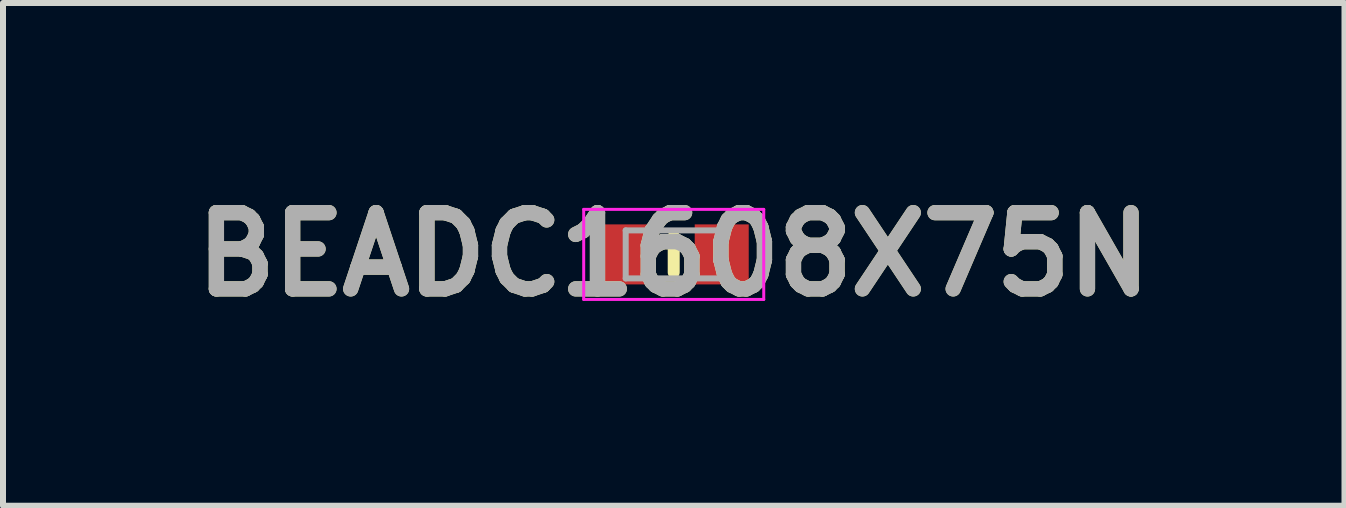
<source format=kicad_pcb>
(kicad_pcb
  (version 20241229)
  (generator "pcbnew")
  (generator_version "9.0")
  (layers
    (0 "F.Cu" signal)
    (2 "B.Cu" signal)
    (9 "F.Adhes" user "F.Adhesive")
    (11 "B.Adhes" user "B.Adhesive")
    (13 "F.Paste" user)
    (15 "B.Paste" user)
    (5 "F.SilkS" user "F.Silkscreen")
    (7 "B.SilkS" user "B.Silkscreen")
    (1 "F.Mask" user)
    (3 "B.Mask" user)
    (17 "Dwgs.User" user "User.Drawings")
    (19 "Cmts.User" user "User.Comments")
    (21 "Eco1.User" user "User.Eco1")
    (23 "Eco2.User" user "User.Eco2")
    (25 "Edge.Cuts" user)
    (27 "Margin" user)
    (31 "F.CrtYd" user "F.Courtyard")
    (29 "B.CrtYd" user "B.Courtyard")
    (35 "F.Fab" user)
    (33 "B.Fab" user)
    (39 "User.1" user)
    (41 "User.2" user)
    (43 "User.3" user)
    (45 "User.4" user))
  (footprint "BEADC1608X75N"
    (layer "F.Cu")
    (at 8.176 1.189)
    (property "Reference" "BEADC1608X75N" (at 0 0 0) (layer "F.SilkS") (effects (font (size 1.27 1.27) (thickness 0.254))))
    (attr smd)
    (fp_line (start 0 -0.3) (end 0 0.3) (stroke (width 0.2) (type solid)) (layer "F.SilkS"))
    (fp_line (start -1.5 -0.75) (end 1.5 -0.75) (stroke (width 0.05) (type solid)) (layer "F.CrtYd"))
    (fp_line (start -1.5 0.75) (end -1.5 -0.75) (stroke (width 0.05) (type solid)) (layer "F.CrtYd"))
    (fp_line (start 1.5 -0.75) (end 1.5 0.75) (stroke (width 0.05) (type solid)) (layer "F.CrtYd"))
    (fp_line (start 1.5 0.75) (end -1.5 0.75) (stroke (width 0.05) (type solid)) (layer "F.CrtYd"))
    (fp_line (start -0.8 -0.4) (end 0.8 -0.4) (stroke (width 0.1) (type solid)) (layer "F.Fab"))
    (fp_line (start -0.8 0.4) (end -0.8 -0.4) (stroke (width 0.1) (type solid)) (layer "F.Fab"))
    (fp_line (start 0.8 -0.4) (end 0.8 0.4) (stroke (width 0.1) (type solid)) (layer "F.Fab"))
    (fp_line (start 0.8 0.4) (end -0.8 0.4) (stroke (width 0.1) (type solid)) (layer "F.Fab"))
    (fp_text user "${REFERENCE}" (at 0 0 0) (layer "F.Fab") (effects (font (size 1.27 1.27) (thickness 0.254))))
    (pad "1" smd rect (at -0.8 0) (size 0.9 1) (layers "F.Cu" "F.Mask" "F.Paste"))
    (pad "2" smd rect (at 0.8 0) (size 0.9 1) (layers "F.Cu" "F.Mask" "F.Paste")))
  (gr_rect
    (start -3 -3)
    (end 19.353 5.377)
    (stroke (width 0.1) (type default))
    (fill no)
    (layer "Edge.Cuts")))
</source>
